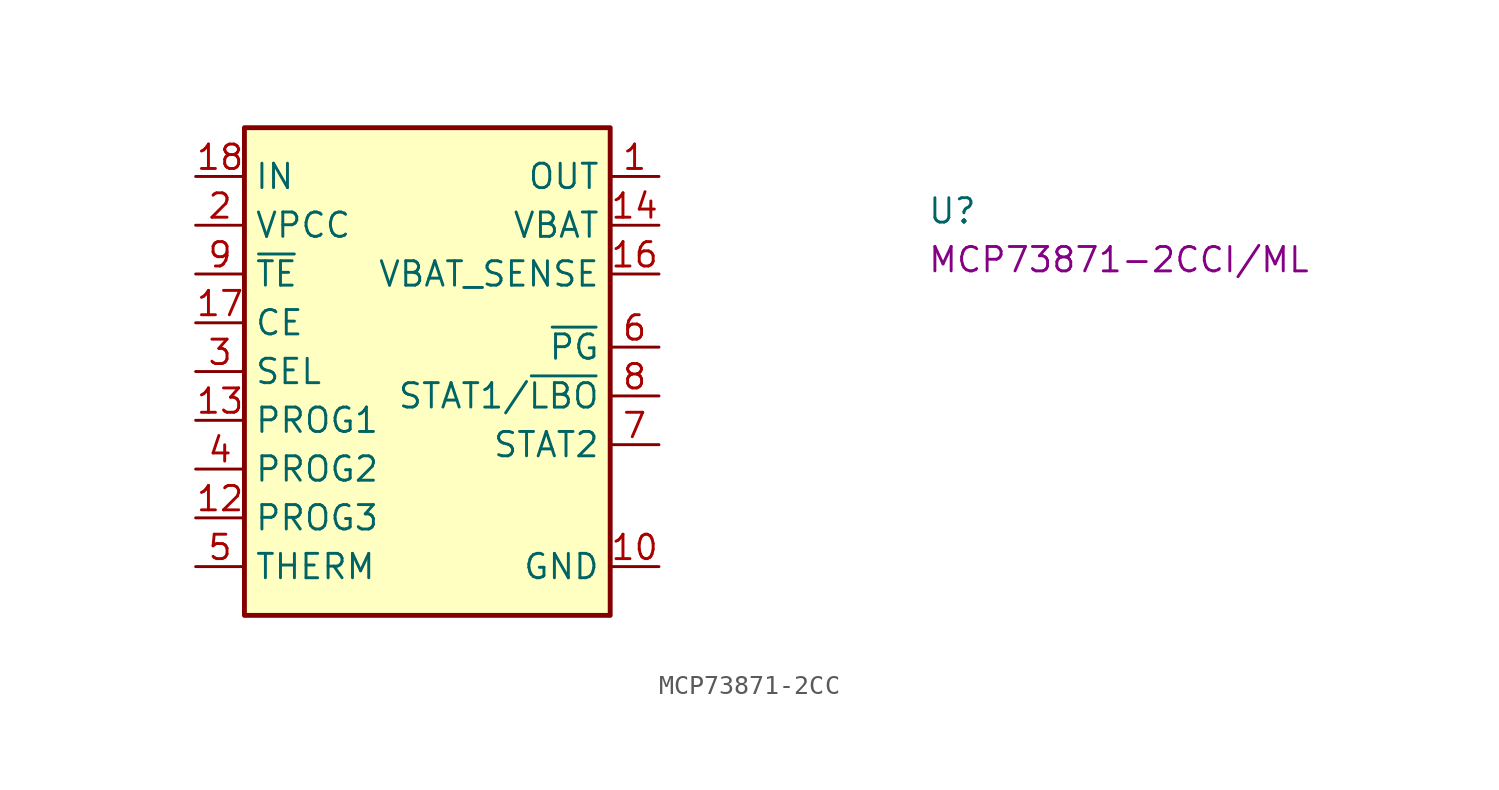
<source format=kicad_sym>
(kicad_symbol_lib
  (version 20220914)
  (generator kicad_symbol_editor)
  (symbol "MCP73871-2CC"
    (property "Reference" "U"
      (at 38.1 -2.54 0)
      (effects (font (size 1.27 1.27) (thickness 0.15)) (justify left bottom)))
    (property "MPN" "MCP73871-2CCI/ML"
      (at 38.1 -5.08 0)
      (effects (font (size 1.27 1.27) (thickness 0.15)) (justify left bottom)))
    (symbol "MCP73871-2CC_1_1"
      (rectangle (start 2.54 2.54) (end 21.59 -22.86) (stroke (width 0.254) (type default)) (fill (type background)))
      (pin power_out line (at 24.13 0 180) (length 2.54) (name "OUT" (effects (font (size 1.27 1.27)))) (number "1" (effects (font (size 1.27 1.27)))))
      (pin power_in line (at 24.13 -20.32 180) (length 2.54) (name "GND" (effects (font (size 1.27 1.27)))) (number "10" (effects (font (size 1.27 1.27)))))
      (pin passive line (at 24.13 -20.32 180) (length 2.54) hide (name "GND" (effects (font (size 1.27 1.27)))) (number "11" (effects (font (size 1.27 1.27)))))
      (pin passive line (at 0 -17.78 0) (length 2.54) (name "PROG3" (effects (font (size 1.27 1.27)))) (number "12" (effects (font (size 1.27 1.27)))))
      (pin input line (at 0 -12.7 0) (length 2.54) (name "PROG1" (effects (font (size 1.27 1.27)))) (number "13" (effects (font (size 1.27 1.27)))))
      (pin passive line (at 24.13 -2.54 180) (length 2.54) (name "VBAT" (effects (font (size 1.27 1.27)))) (number "14" (effects (font (size 1.27 1.27)))))
      (pin passive line (at 24.13 -2.54 180) (length 2.54) hide (name "VBAT" (effects (font (size 1.27 1.27)))) (number "15" (effects (font (size 1.27 1.27)))))
      (pin input line (at 24.13 -5.08 180) (length 2.54) (name "VBAT_SENSE" (effects (font (size 1.27 1.27)))) (number "16" (effects (font (size 1.27 1.27)))))
      (pin input line (at 0 -7.62 0) (length 2.54) (name "CE" (effects (font (size 1.27 1.27)))) (number "17" (effects (font (size 1.27 1.27)))))
      (pin power_in line (at 0 0 0) (length 2.54) (name "IN" (effects (font (size 1.27 1.27)))) (number "18" (effects (font (size 1.27 1.27)))))
      (pin passive line (at 0 0 0) (length 2.54) hide (name "IN" (effects (font (size 1.27 1.27)))) (number "19" (effects (font (size 1.27 1.27)))))
      (pin input line (at 0 -2.54 0) (length 2.54) (name "VPCC" (effects (font (size 1.27 1.27)))) (number "2" (effects (font (size 1.27 1.27)))))
      (pin passive line (at 24.13 0 180) (length 2.54) hide (name "OUT" (effects (font (size 1.27 1.27)))) (number "20" (effects (font (size 1.27 1.27)))))
      (pin passive line (at 24.13 -20.32 180) (length 2.54) hide (name "GND" (effects (font (size 1.27 1.27)))) (number "21" (effects (font (size 1.27 1.27)))))
      (pin input line (at 0 -10.16 0) (length 2.54) (name "SEL" (effects (font (size 1.27 1.27)))) (number "3" (effects (font (size 1.27 1.27)))))
      (pin input line (at 0 -15.24 0) (length 2.54) (name "PROG2" (effects (font (size 1.27 1.27)))) (number "4" (effects (font (size 1.27 1.27)))))
      (pin input line (at 0 -20.32 0) (length 2.54) (name "THERM" (effects (font (size 1.27 1.27)))) (number "5" (effects (font (size 1.27 1.27)))))
      (pin output line (at 24.13 -8.89 180) (length 2.54) (name "~{PG}" (effects (font (size 1.27 1.27)))) (number "6" (effects (font (size 1.27 1.27)))))
      (pin output line (at 24.13 -13.97 180) (length 2.54) (name "STAT2" (effects (font (size 1.27 1.27)))) (number "7" (effects (font (size 1.27 1.27)))))
      (pin output line (at 24.13 -11.43 180) (length 2.54) (name "STAT1/~{LBO}" (effects (font (size 1.27 1.27)))) (number "8" (effects (font (size 1.27 1.27)))))
      (pin input line (at 0 -5.08 0) (length 2.54) (name "~{TE}" (effects (font (size 1.27 1.27)))) (number "9" (effects (font (size 1.27 1.27))))))))
</source>
